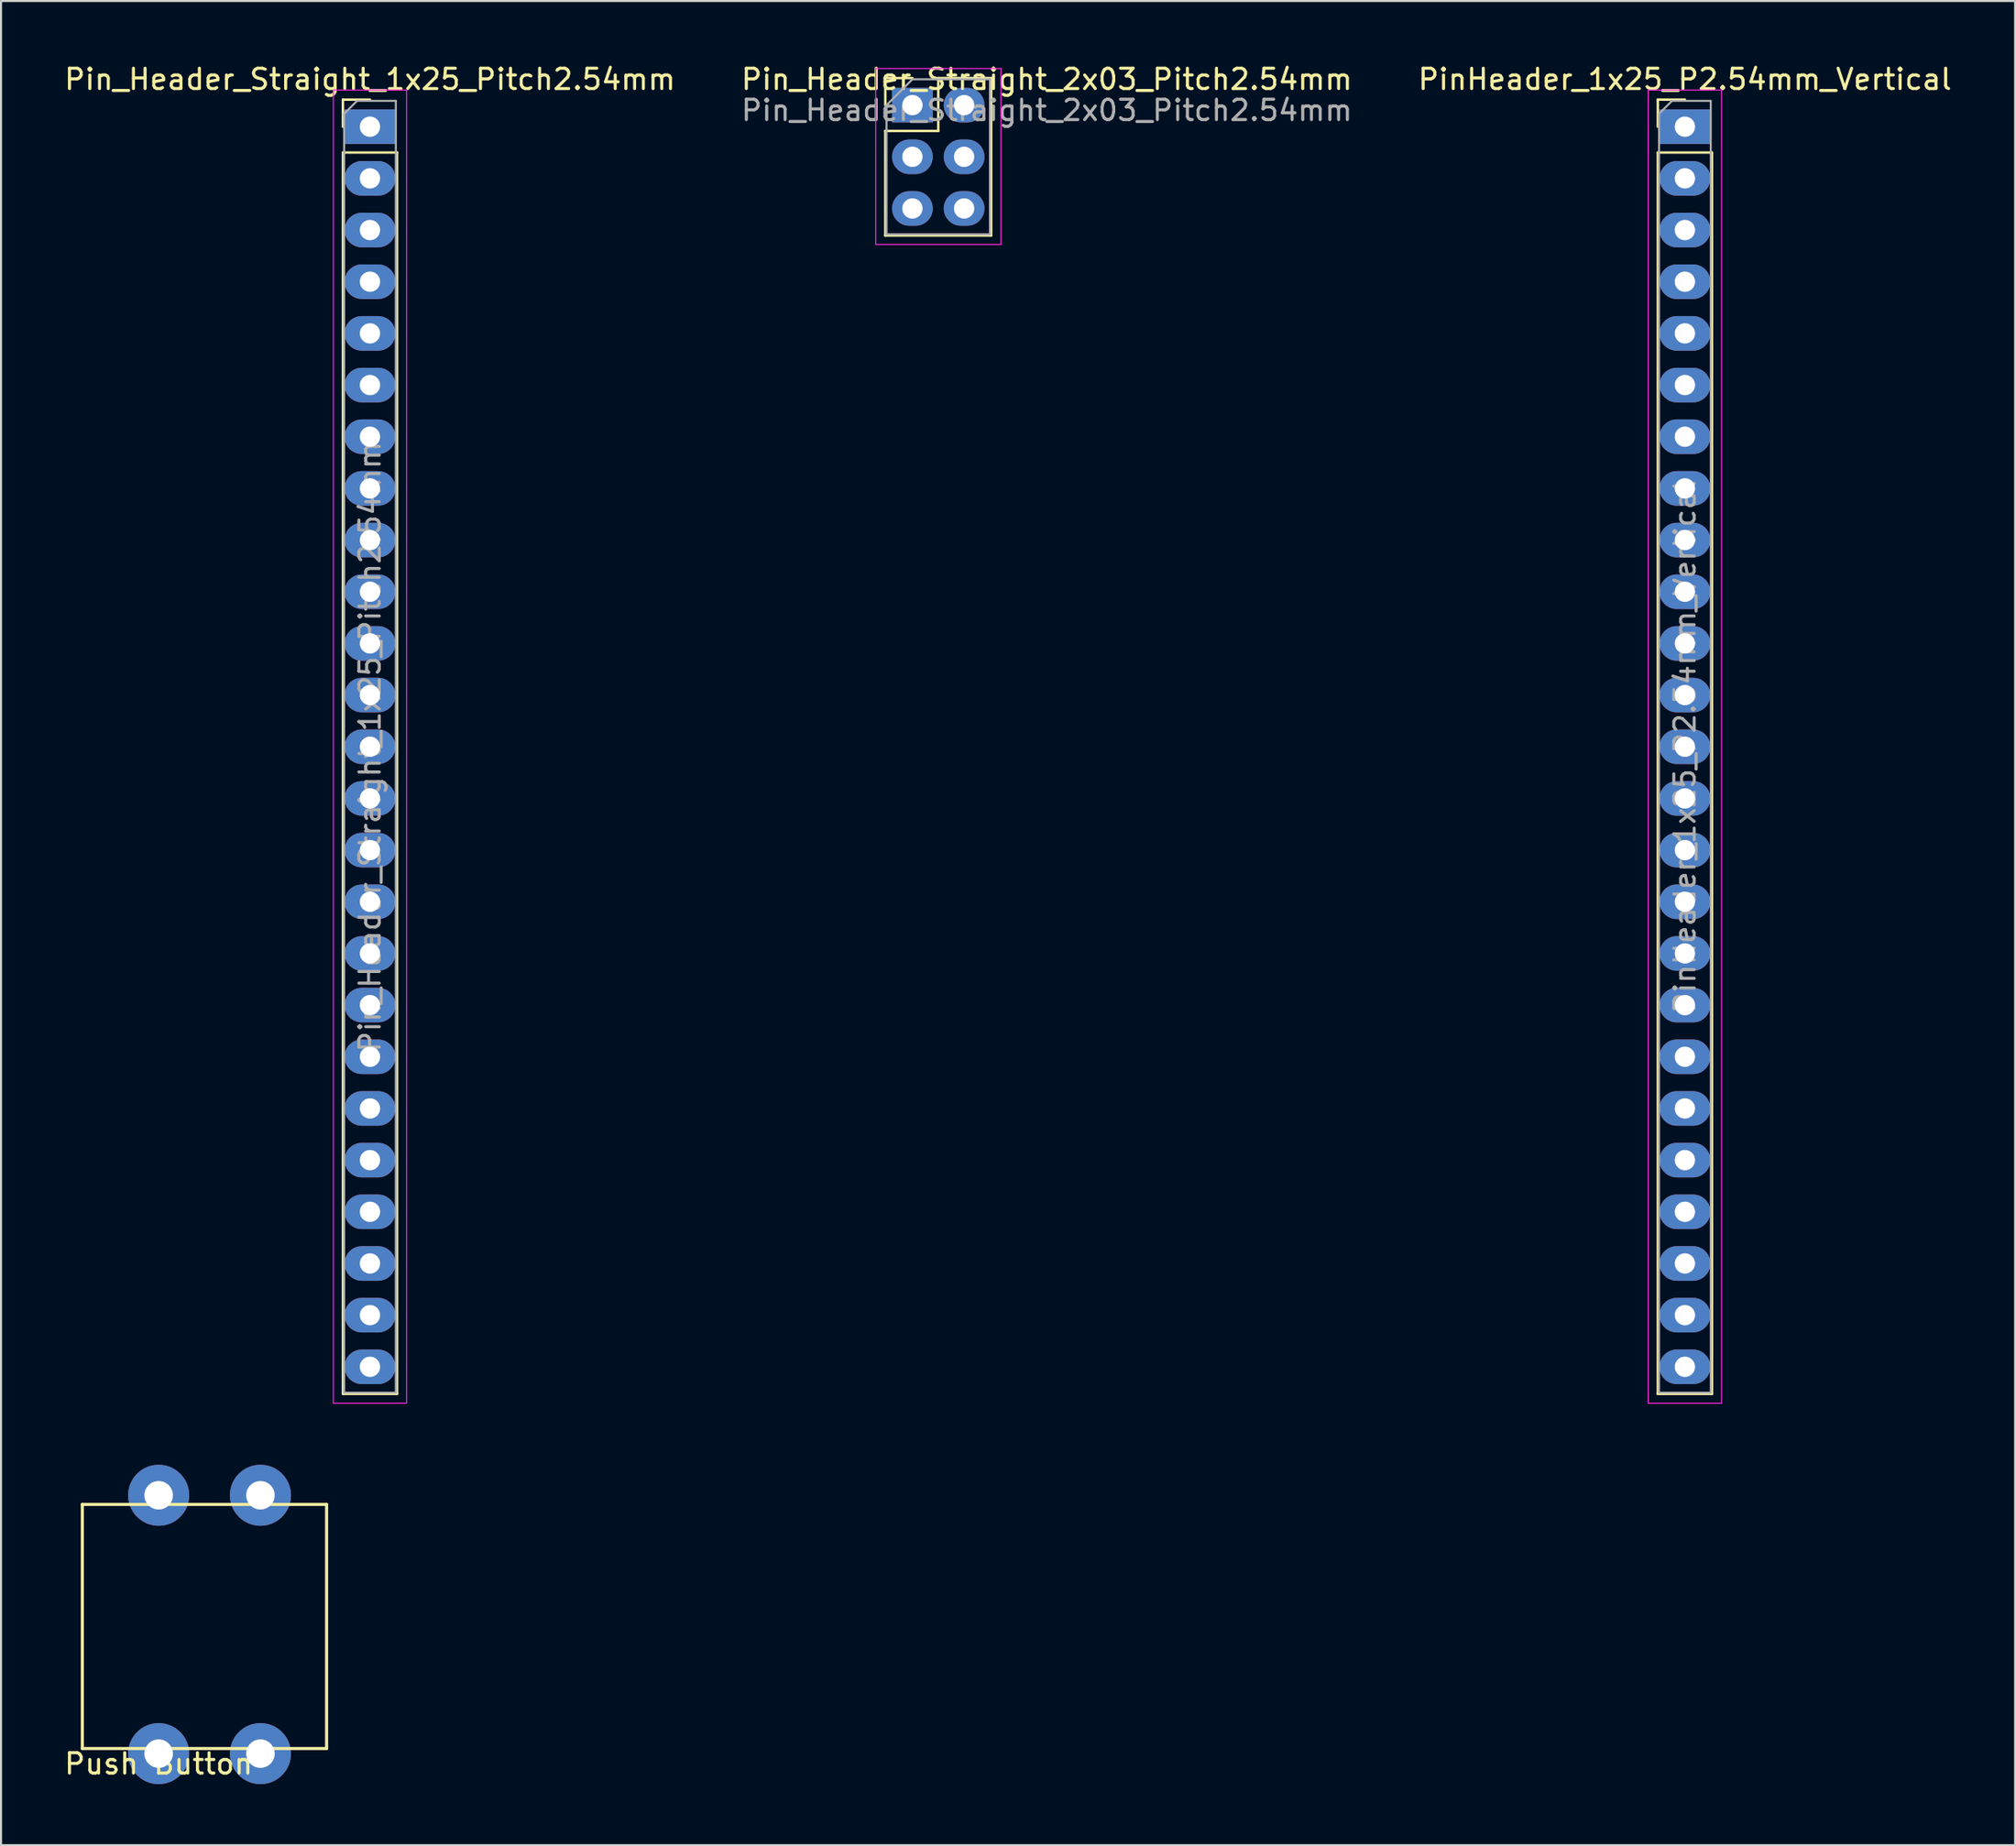
<source format=kicad_pcb>
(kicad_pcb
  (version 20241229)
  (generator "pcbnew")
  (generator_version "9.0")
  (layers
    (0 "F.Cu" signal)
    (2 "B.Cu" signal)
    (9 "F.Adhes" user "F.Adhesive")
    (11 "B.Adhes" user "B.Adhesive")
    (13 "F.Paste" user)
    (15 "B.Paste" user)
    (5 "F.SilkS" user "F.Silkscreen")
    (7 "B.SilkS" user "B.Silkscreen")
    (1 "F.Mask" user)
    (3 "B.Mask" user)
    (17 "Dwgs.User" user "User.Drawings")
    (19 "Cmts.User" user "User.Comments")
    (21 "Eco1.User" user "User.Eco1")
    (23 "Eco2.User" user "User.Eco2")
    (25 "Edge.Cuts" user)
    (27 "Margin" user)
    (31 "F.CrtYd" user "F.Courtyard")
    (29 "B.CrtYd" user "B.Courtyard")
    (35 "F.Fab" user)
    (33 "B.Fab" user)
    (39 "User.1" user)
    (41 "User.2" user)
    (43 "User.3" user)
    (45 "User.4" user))
  (footprint "Push Button"
    (layer "F.Cu")
    (at 4.744 83.153)
    (property "Reference" "Push Button" (at 0 0.5 0) (layer "F.SilkS") (effects (font (size 1 1) (thickness 0.15))))
    (attr through_hole)
    (fp_line (start -3.75 -12.25) (end 8.25 -12.25) (stroke (width 0.15) (type solid)) (layer "F.SilkS"))
    (fp_line (start -3.75 -0.25) (end -3.75 -12.25) (stroke (width 0.15) (type solid)) (layer "F.SilkS"))
    (fp_line (start 8.25 -12.25) (end 8.25 -0.25) (stroke (width 0.15) (type solid)) (layer "F.SilkS"))
    (fp_line (start 8.25 -0.25) (end -3.75 -0.25) (stroke (width 0.15) (type solid)) (layer "F.SilkS"))
    (pad "1" thru_hole circle (at 0 0) (size 3 3) (drill 1.4) (layers "*.Cu" "*.Mask"))
    (pad "2" thru_hole circle (at 5 0) (size 3 3) (drill 1.4) (layers "*.Cu" "*.Mask"))
    (pad "3" thru_hole circle (at 0 -12.7) (size 3 3) (drill 1.4) (layers "*.Cu" "*.Mask"))
    (pad "4" thru_hole circle (at 5 -12.7) (size 3 3) (drill 1.4) (layers "*.Cu" "*.Mask")))
  (footprint "Pin_Header_Straight_1x25_Pitch2.54mm"
    (layer "F.Cu")
    (at 15.125 3.178)
    (property "Reference" "Pin_Header_Straight_1x25_Pitch2.54mm" (at 0 -2.33 0) (layer "F.SilkS") (effects (font (size 1 1) (thickness 0.15))))
    (attr through_hole)
    (fp_line (start -1.33 -1.33) (end 0 -1.33) (stroke (width 0.12) (type solid)) (layer "F.SilkS"))
    (fp_line (start -1.33 0) (end -1.33 -1.33) (stroke (width 0.12) (type solid)) (layer "F.SilkS"))
    (fp_line (start -1.33 1.27) (end -1.33 62.29) (stroke (width 0.12) (type solid)) (layer "F.SilkS"))
    (fp_line (start -1.33 1.27) (end 1.33 1.27) (stroke (width 0.12) (type solid)) (layer "F.SilkS"))
    (fp_line (start -1.33 62.29) (end 1.33 62.29) (stroke (width 0.12) (type solid)) (layer "F.SilkS"))
    (fp_line (start 1.33 1.27) (end 1.33 62.29) (stroke (width 0.12) (type solid)) (layer "F.SilkS"))
    (fp_line (start -1.8 -1.8) (end -1.8 62.75) (stroke (width 0.05) (type solid)) (layer "F.CrtYd"))
    (fp_line (start -1.8 62.75) (end 1.8 62.75) (stroke (width 0.05) (type solid)) (layer "F.CrtYd"))
    (fp_line (start 1.8 -1.8) (end -1.8 -1.8) (stroke (width 0.05) (type solid)) (layer "F.CrtYd"))
    (fp_line (start 1.8 62.75) (end 1.8 -1.8) (stroke (width 0.05) (type solid)) (layer "F.CrtYd"))
    (fp_line (start -1.27 -0.635) (end -0.635 -1.27) (stroke (width 0.1) (type solid)) (layer "F.Fab"))
    (fp_line (start -1.27 62.23) (end -1.27 -0.635) (stroke (width 0.1) (type solid)) (layer "F.Fab"))
    (fp_line (start -0.635 -1.27) (end 1.27 -1.27) (stroke (width 0.1) (type solid)) (layer "F.Fab"))
    (fp_line (start 1.27 -1.27) (end 1.27 62.23) (stroke (width 0.1) (type solid)) (layer "F.Fab"))
    (fp_line (start 1.27 62.23) (end -1.27 62.23) (stroke (width 0.1) (type solid)) (layer "F.Fab"))
    (fp_text user "${REFERENCE}" (at 0 30.48 90) (layer "F.Fab") (effects (font (size 1 1) (thickness 0.15))))
    (pad "1" thru_hole rect (at 0 0) (size 2.5 1.7) (drill 1) (layers "*.Cu" "*.Mask"))
    (pad "2" thru_hole oval (at 0 2.54) (size 2.5 1.7) (drill 1) (layers "*.Cu" "*.Mask"))
    (pad "3" thru_hole oval (at 0 5.08) (size 2.5 1.7) (drill 1) (layers "*.Cu" "*.Mask"))
    (pad "4" thru_hole oval (at 0 7.62) (size 2.5 1.7) (drill 1) (layers "*.Cu" "*.Mask"))
    (pad "5" thru_hole oval (at 0 10.16) (size 2.5 1.7) (drill 1) (layers "*.Cu" "*.Mask"))
    (pad "6" thru_hole oval (at 0 12.7) (size 2.5 1.7) (drill 1) (layers "*.Cu" "*.Mask"))
    (pad "7" thru_hole oval (at 0 15.24) (size 2.5 1.7) (drill 1) (layers "*.Cu" "*.Mask"))
    (pad "8" thru_hole oval (at 0 17.78) (size 2.5 1.7) (drill 1) (layers "*.Cu" "*.Mask"))
    (pad "9" thru_hole oval (at 0 20.32) (size 2.5 1.7) (drill 1) (layers "*.Cu" "*.Mask"))
    (pad "10" thru_hole oval (at 0 22.86) (size 2.5 1.7) (drill 1) (layers "*.Cu" "*.Mask"))
    (pad "11" thru_hole oval (at 0 25.4) (size 2.5 1.7) (drill 1) (layers "*.Cu" "*.Mask"))
    (pad "12" thru_hole oval (at 0 27.94) (size 2.5 1.7) (drill 1) (layers "*.Cu" "*.Mask"))
    (pad "13" thru_hole oval (at 0 30.48) (size 2.5 1.7) (drill 1) (layers "*.Cu" "*.Mask"))
    (pad "14" thru_hole oval (at 0 33.02) (size 2.5 1.7) (drill 1) (layers "*.Cu" "*.Mask"))
    (pad "15" thru_hole oval (at 0 35.56) (size 2.5 1.7) (drill 1) (layers "*.Cu" "*.Mask"))
    (pad "16" thru_hole oval (at 0 38.1) (size 2.5 1.7) (drill 1) (layers "*.Cu" "*.Mask"))
    (pad "17" thru_hole oval (at 0 40.64) (size 2.5 1.7) (drill 1) (layers "*.Cu" "*.Mask"))
    (pad "18" thru_hole oval (at 0 43.18) (size 2.5 1.7) (drill 1) (layers "*.Cu" "*.Mask"))
    (pad "19" thru_hole oval (at 0 45.72) (size 2.5 1.7) (drill 1) (layers "*.Cu" "*.Mask"))
    (pad "20" thru_hole oval (at 0 48.26) (size 2.5 1.7) (drill 1) (layers "*.Cu" "*.Mask"))
    (pad "21" thru_hole oval (at 0 50.8) (size 2.5 1.7) (drill 1) (layers "*.Cu" "*.Mask"))
    (pad "22" thru_hole oval (at 0 53.34) (size 2.5 1.7) (drill 1) (layers "*.Cu" "*.Mask"))
    (pad "23" thru_hole oval (at 0 55.88) (size 2.5 1.7) (drill 1) (layers "*.Cu" "*.Mask"))
    (pad "24" thru_hole oval (at 0 58.42) (size 2.5 1.7) (drill 1) (layers "*.Cu" "*.Mask"))
    (pad "25" thru_hole oval (at 0 60.96) (size 2.5 1.7) (drill 1) (layers "*.Cu" "*.Mask")))
  (footprint "Pin_Header_Straight_2x03_Pitch2.54mm"
    (layer "F.Cu")
    (at 41.771 2.118)
    (property "Reference" "Pin_Header_Straight_2x03_Pitch2.54mm" (at 6.604 -1.27 0) (layer "F.SilkS") (effects (font (size 1 1) (thickness 0.15))))
    (attr through_hole)
    (fp_line (start -1.33 -1.33) (end 0 -1.33) (stroke (width 0.12) (type solid)) (layer "F.SilkS"))
    (fp_line (start -1.33 0) (end -1.33 -1.33) (stroke (width 0.12) (type solid)) (layer "F.SilkS"))
    (fp_line (start -1.33 1.27) (end -1.33 6.41) (stroke (width 0.12) (type solid)) (layer "F.SilkS"))
    (fp_line (start -1.33 1.27) (end 1.27 1.27) (stroke (width 0.12) (type solid)) (layer "F.SilkS"))
    (fp_line (start -1.33 6.41) (end 3.87 6.41) (stroke (width 0.12) (type solid)) (layer "F.SilkS"))
    (fp_line (start 1.27 -1.33) (end 3.87 -1.33) (stroke (width 0.12) (type solid)) (layer "F.SilkS"))
    (fp_line (start 1.27 1.27) (end 1.27 -1.33) (stroke (width 0.12) (type solid)) (layer "F.SilkS"))
    (fp_line (start 3.87 -1.33) (end 3.87 6.41) (stroke (width 0.12) (type solid)) (layer "F.SilkS"))
    (fp_line (start -1.8 -1.8) (end -1.8 6.85) (stroke (width 0.05) (type solid)) (layer "F.CrtYd"))
    (fp_line (start -1.8 6.85) (end 4.35 6.85) (stroke (width 0.05) (type solid)) (layer "F.CrtYd"))
    (fp_line (start 4.35 -1.8) (end -1.8 -1.8) (stroke (width 0.05) (type solid)) (layer "F.CrtYd"))
    (fp_line (start 4.35 6.85) (end 4.35 -1.8) (stroke (width 0.05) (type solid)) (layer "F.CrtYd"))
    (fp_line (start -1.27 0) (end 0 -1.27) (stroke (width 0.1) (type solid)) (layer "F.Fab"))
    (fp_line (start -1.27 6.35) (end -1.27 0) (stroke (width 0.1) (type solid)) (layer "F.Fab"))
    (fp_line (start 0 -1.27) (end 3.81 -1.27) (stroke (width 0.1) (type solid)) (layer "F.Fab"))
    (fp_line (start 3.81 -1.27) (end 3.81 6.35) (stroke (width 0.1) (type solid)) (layer "F.Fab"))
    (fp_line (start 3.81 6.35) (end -1.27 6.35) (stroke (width 0.1) (type solid)) (layer "F.Fab"))
    (fp_text user "${REFERENCE}" (at 6.604 0.254 180) (layer "F.Fab") (effects (font (size 1 1) (thickness 0.15))))
    (pad "1" thru_hole rect (at 0 0) (size 2 1.7) (drill 1) (layers "*.Cu" "*.Mask"))
    (pad "2" thru_hole oval (at 2.54 0) (size 2 1.7) (drill 1) (layers "*.Cu" "*.Mask"))
    (pad "3" thru_hole oval (at 0 2.54) (size 2 1.7) (drill 1) (layers "*.Cu" "*.Mask"))
    (pad "4" thru_hole oval (at 2.54 2.54) (size 2 1.7) (drill 1) (layers "*.Cu" "*.Mask"))
    (pad "5" thru_hole oval (at 0 5.08) (size 2 1.7) (drill 1) (layers "*.Cu" "*.Mask"))
    (pad "6" thru_hole oval (at 2.54 5.08) (size 2 1.7) (drill 1) (layers "*.Cu" "*.Mask")))
  (footprint "PinHeader_1x25_P2.54mm_Vertical"
    (layer "F.Cu")
    (at 79.72 3.178)
    (property "Reference" "PinHeader_1x25_P2.54mm_Vertical" (at 0 -2.33 0) (layer "F.SilkS") (effects (font (size 1 1) (thickness 0.15))))
    (attr through_hole)
    (fp_line (start -1.33 -1.33) (end 0 -1.33) (stroke (width 0.12) (type solid)) (layer "F.SilkS"))
    (fp_line (start -1.33 0) (end -1.33 -1.33) (stroke (width 0.12) (type solid)) (layer "F.SilkS"))
    (fp_line (start -1.33 1.27) (end -1.33 62.29) (stroke (width 0.12) (type solid)) (layer "F.SilkS"))
    (fp_line (start -1.33 1.27) (end 1.33 1.27) (stroke (width 0.12) (type solid)) (layer "F.SilkS"))
    (fp_line (start -1.33 62.29) (end 1.33 62.29) (stroke (width 0.12) (type solid)) (layer "F.SilkS"))
    (fp_line (start 1.33 1.27) (end 1.33 62.29) (stroke (width 0.12) (type solid)) (layer "F.SilkS"))
    (fp_line (start -1.8 -1.8) (end -1.8 62.75) (stroke (width 0.05) (type solid)) (layer "F.CrtYd"))
    (fp_line (start -1.8 62.75) (end 1.8 62.75) (stroke (width 0.05) (type solid)) (layer "F.CrtYd"))
    (fp_line (start 1.8 -1.8) (end -1.8 -1.8) (stroke (width 0.05) (type solid)) (layer "F.CrtYd"))
    (fp_line (start 1.8 62.75) (end 1.8 -1.8) (stroke (width 0.05) (type solid)) (layer "F.CrtYd"))
    (fp_line (start -1.27 -0.635) (end -0.635 -1.27) (stroke (width 0.1) (type solid)) (layer "F.Fab"))
    (fp_line (start -1.27 62.23) (end -1.27 -0.635) (stroke (width 0.1) (type solid)) (layer "F.Fab"))
    (fp_line (start -0.635 -1.27) (end 1.27 -1.27) (stroke (width 0.1) (type solid)) (layer "F.Fab"))
    (fp_line (start 1.27 -1.27) (end 1.27 62.23) (stroke (width 0.1) (type solid)) (layer "F.Fab"))
    (fp_line (start 1.27 62.23) (end -1.27 62.23) (stroke (width 0.1) (type solid)) (layer "F.Fab"))
    (fp_text user "${REFERENCE}" (at 0 30.48 90) (layer "F.Fab") (effects (font (size 1 1) (thickness 0.15))))
    (pad "1" thru_hole rect (at 0 0) (size 2.5 1.7) (drill 1) (layers "*.Cu" "*.Mask"))
    (pad "2" thru_hole oval (at 0 2.54) (size 2.5 1.7) (drill 1) (layers "*.Cu" "*.Mask"))
    (pad "3" thru_hole oval (at 0 5.08) (size 2.5 1.7) (drill 1) (layers "*.Cu" "*.Mask"))
    (pad "4" thru_hole oval (at 0 7.62) (size 2.5 1.7) (drill 1) (layers "*.Cu" "*.Mask"))
    (pad "5" thru_hole oval (at 0 10.16) (size 2.5 1.7) (drill 1) (layers "*.Cu" "*.Mask"))
    (pad "6" thru_hole oval (at 0 12.7) (size 2.5 1.7) (drill 1) (layers "*.Cu" "*.Mask"))
    (pad "7" thru_hole oval (at 0 15.24) (size 2.5 1.7) (drill 1) (layers "*.Cu" "*.Mask"))
    (pad "8" thru_hole oval (at 0 17.78) (size 2.5 1.7) (drill 1) (layers "*.Cu" "*.Mask"))
    (pad "9" thru_hole oval (at 0 20.32) (size 2.5 1.7) (drill 1) (layers "*.Cu" "*.Mask"))
    (pad "10" thru_hole oval (at 0 22.86) (size 2.5 1.7) (drill 1) (layers "*.Cu" "*.Mask"))
    (pad "11" thru_hole oval (at 0 25.4) (size 2.5 1.7) (drill 1) (layers "*.Cu" "*.Mask"))
    (pad "12" thru_hole oval (at 0 27.94) (size 2.5 1.7) (drill 1) (layers "*.Cu" "*.Mask"))
    (pad "13" thru_hole oval (at 0 30.48) (size 2.5 1.7) (drill 1) (layers "*.Cu" "*.Mask"))
    (pad "14" thru_hole oval (at 0 33.02) (size 2.5 1.7) (drill 1) (layers "*.Cu" "*.Mask"))
    (pad "15" thru_hole oval (at 0 35.56) (size 2.5 1.7) (drill 1) (layers "*.Cu" "*.Mask"))
    (pad "16" thru_hole oval (at 0 38.1) (size 2.5 1.7) (drill 1) (layers "*.Cu" "*.Mask"))
    (pad "17" thru_hole oval (at 0 40.64) (size 2.5 1.7) (drill 1) (layers "*.Cu" "*.Mask"))
    (pad "18" thru_hole oval (at 0 43.18) (size 2.5 1.7) (drill 1) (layers "*.Cu" "*.Mask"))
    (pad "19" thru_hole oval (at 0 45.72) (size 2.5 1.7) (drill 1) (layers "*.Cu" "*.Mask"))
    (pad "20" thru_hole oval (at 0 48.26) (size 2.5 1.7) (drill 1) (layers "*.Cu" "*.Mask"))
    (pad "21" thru_hole oval (at 0 50.8) (size 2.5 1.7) (drill 1) (layers "*.Cu" "*.Mask"))
    (pad "22" thru_hole oval (at 0 53.34) (size 2.5 1.7) (drill 1) (layers "*.Cu" "*.Mask"))
    (pad "23" thru_hole oval (at 0 55.88) (size 2.5 1.7) (drill 1) (layers "*.Cu" "*.Mask"))
    (pad "24" thru_hole oval (at 0 58.42) (size 2.5 1.7) (drill 1) (layers "*.Cu" "*.Mask"))
    (pad "25" thru_hole oval (at 0 60.96) (size 2.5 1.7) (drill 1) (layers "*.Cu" "*.Mask")))
  (gr_rect
    (start -3 -3)
    (end 95.94 87.653)
    (stroke (width 0.1) (type default))
    (fill no)
    (layer "Edge.Cuts")))
</source>
